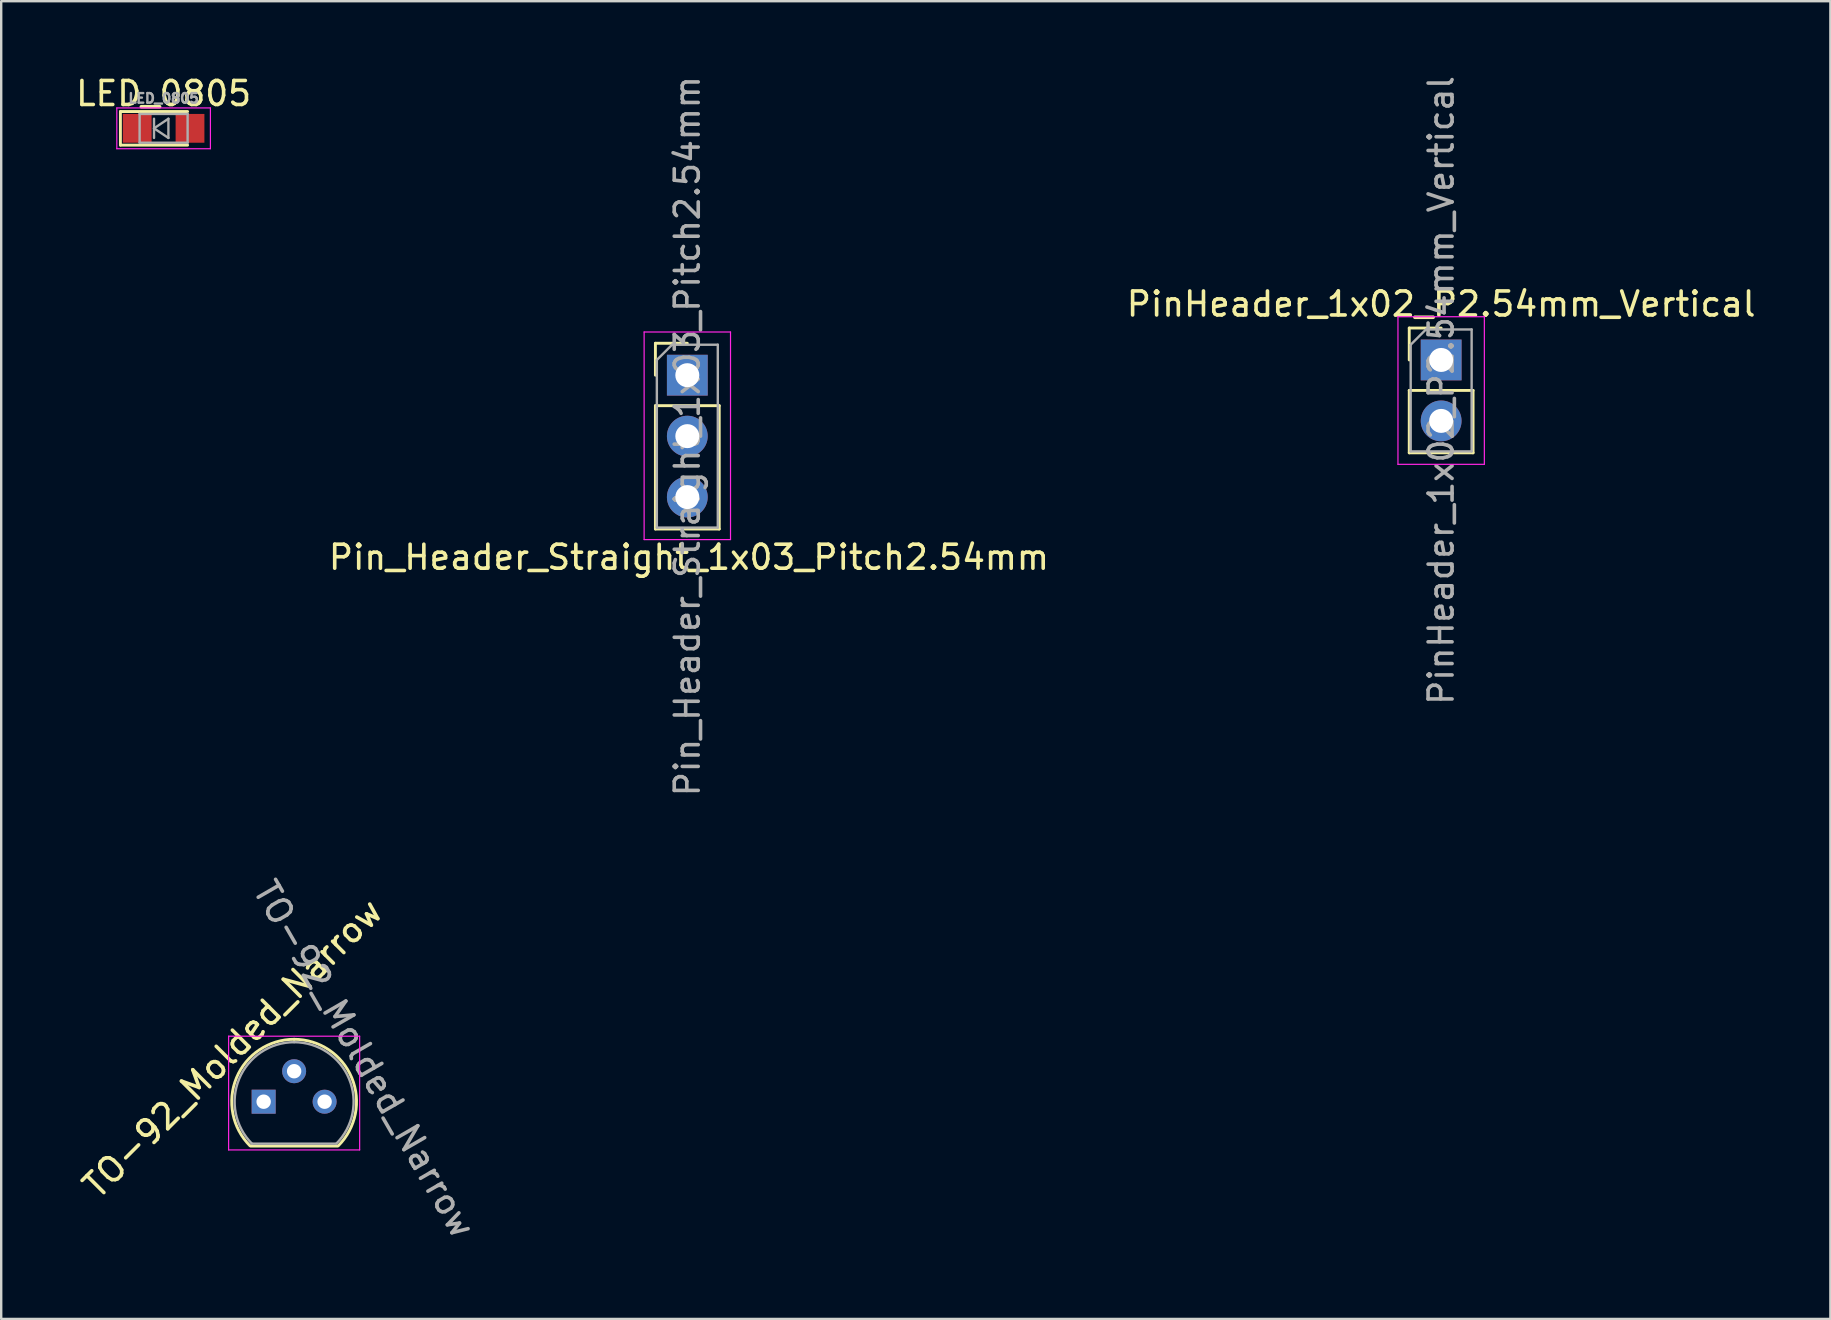
<source format=kicad_pcb>
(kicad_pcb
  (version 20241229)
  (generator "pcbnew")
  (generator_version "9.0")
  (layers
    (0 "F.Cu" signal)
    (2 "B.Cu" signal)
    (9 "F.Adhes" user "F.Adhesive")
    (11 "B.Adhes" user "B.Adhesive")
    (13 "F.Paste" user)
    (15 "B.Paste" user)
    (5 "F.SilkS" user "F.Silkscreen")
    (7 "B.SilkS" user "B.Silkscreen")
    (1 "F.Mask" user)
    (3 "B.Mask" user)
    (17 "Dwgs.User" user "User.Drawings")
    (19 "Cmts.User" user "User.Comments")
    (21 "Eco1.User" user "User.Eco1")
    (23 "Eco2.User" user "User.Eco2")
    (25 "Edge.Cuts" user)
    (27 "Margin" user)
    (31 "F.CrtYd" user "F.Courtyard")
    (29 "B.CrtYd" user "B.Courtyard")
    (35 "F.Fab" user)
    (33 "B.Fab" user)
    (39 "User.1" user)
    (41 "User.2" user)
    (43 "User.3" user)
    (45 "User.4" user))
  (footprint "PinHeader_1x02_P2.54mm_Vertical"
    (layer "F.Cu")
    (at 57.006 11.95)
    (property "Reference" "PinHeader_1x02_P2.54mm_Vertical" (at 0 -2.33 0) (layer "F.SilkS") (effects (font (size 1 1) (thickness 0.15))))
    (attr through_hole)
    (fp_line (start -1.33 -1.33) (end 0 -1.33) (stroke (width 0.12) (type solid)) (layer "F.SilkS"))
    (fp_line (start -1.33 0) (end -1.33 -1.33) (stroke (width 0.12) (type solid)) (layer "F.SilkS"))
    (fp_line (start -1.33 1.27) (end -1.33 3.87) (stroke (width 0.12) (type solid)) (layer "F.SilkS"))
    (fp_line (start -1.33 1.27) (end 1.33 1.27) (stroke (width 0.12) (type solid)) (layer "F.SilkS"))
    (fp_line (start -1.33 3.87) (end 1.33 3.87) (stroke (width 0.12) (type solid)) (layer "F.SilkS"))
    (fp_line (start 1.33 1.27) (end 1.33 3.87) (stroke (width 0.12) (type solid)) (layer "F.SilkS"))
    (fp_line (start -1.8 -1.8) (end -1.8 4.35) (stroke (width 0.05) (type solid)) (layer "F.CrtYd"))
    (fp_line (start -1.8 4.35) (end 1.8 4.35) (stroke (width 0.05) (type solid)) (layer "F.CrtYd"))
    (fp_line (start 1.8 -1.8) (end -1.8 -1.8) (stroke (width 0.05) (type solid)) (layer "F.CrtYd"))
    (fp_line (start 1.8 4.35) (end 1.8 -1.8) (stroke (width 0.05) (type solid)) (layer "F.CrtYd"))
    (fp_line (start -1.27 -0.635) (end -0.635 -1.27) (stroke (width 0.1) (type solid)) (layer "F.Fab"))
    (fp_line (start -1.27 3.81) (end -1.27 -0.635) (stroke (width 0.1) (type solid)) (layer "F.Fab"))
    (fp_line (start -0.635 -1.27) (end 1.27 -1.27) (stroke (width 0.1) (type solid)) (layer "F.Fab"))
    (fp_line (start 1.27 -1.27) (end 1.27 3.81) (stroke (width 0.1) (type solid)) (layer "F.Fab"))
    (fp_line (start 1.27 3.81) (end -1.27 3.81) (stroke (width 0.1) (type solid)) (layer "F.Fab"))
    (fp_text user "${REFERENCE}" (at 0 1.27 90) (layer "F.Fab") (effects (font (size 1 1) (thickness 0.15))))
    (pad "1" thru_hole rect (at 0 0) (size 1.7 1.7) (drill 1) (layers "*.Cu" "*.Mask"))
    (pad "2" thru_hole oval (at 0 2.54) (size 1.7 1.7) (drill 1) (layers "*.Cu" "*.Mask")))
  (footprint "TO-92_Molded_Narrow"
    (layer "F.Cu")
    (at 7.937 42.86)
    (property "Reference" "TO-92_Molded_Narrow" (at -1.289 -2.226 45) (layer "F.SilkS") (effects (font (size 1 1) (thickness 0.15))))
    (attr through_hole)
    (fp_line (start -0.53 1.85) (end 3.07 1.85) (stroke (width 0.12) (type solid)) (layer "F.SilkS"))
    (fp_arc (start -0.568478 1.838478) (mid -1.132087 -0.994977) (end 1.27 -2.6) (stroke (width 0.12) (type solid)) (layer "F.SilkS"))
    (fp_arc (start 1.27 -2.6) (mid 3.672087 -0.994977) (end 3.108478 1.838478) (stroke (width 0.12) (type solid)) (layer "F.SilkS"))
    (fp_line (start -1.46 -2.73) (end -1.46 2.01) (stroke (width 0.05) (type solid)) (layer "F.CrtYd"))
    (fp_line (start -1.46 -2.73) (end 4 -2.73) (stroke (width 0.05) (type solid)) (layer "F.CrtYd"))
    (fp_line (start 4 2.01) (end -1.46 2.01) (stroke (width 0.05) (type solid)) (layer "F.CrtYd"))
    (fp_line (start 4 2.01) (end 4 -2.73) (stroke (width 0.05) (type solid)) (layer "F.CrtYd"))
    (fp_line (start -0.5 1.75) (end 3 1.75) (stroke (width 0.1) (type solid)) (layer "F.Fab"))
    (fp_arc (start -0.483625 1.753625) (mid -1.021221 -0.949055) (end 1.27 -2.48) (stroke (width 0.1) (type solid)) (layer "F.Fab"))
    (fp_arc (start 1.27 -2.48) (mid 3.561221 -0.949055) (end 3.023625 1.753625) (stroke (width 0.1) (type solid)) (layer "F.Fab"))
    (fp_text user "${REFERENCE}" (at 4.191 -1.778 300) (layer "F.Fab") (effects (font (size 1 1) (thickness 0.15))))
    (pad "1" thru_hole rect (at 0 0 90) (size 1 1) (drill 0.6) (layers "*.Cu" "*.Mask"))
    (pad "2" thru_hole circle (at 1.27 -1.27 90) (size 1 1) (drill 0.6) (layers "*.Cu" "*.Mask"))
    (pad "3" thru_hole circle (at 2.54 0 90) (size 1 1) (drill 0.6) (layers "*.Cu" "*.Mask")))
  (footprint "Pin_Header_Straight_1x03_Pitch2.54mm"
    (layer "F.Cu")
    (at 25.592 12.585)
    (property "Reference" "Pin_Header_Straight_1x03_Pitch2.54mm" (at 0.068 7.588 180) (layer "F.SilkS") (effects (font (size 1 1) (thickness 0.15))))
    (attr through_hole)
    (fp_line (start -1.33 1.27) (end -1.33 6.41) (stroke (width 0.12) (type solid)) (layer "F.SilkS"))
    (fp_line (start -1.33 1.27) (end 1.33 1.27) (stroke (width 0.12) (type solid)) (layer "F.SilkS"))
    (fp_line (start -1.33 -1.33) (end 0 -1.33) (stroke (width 0.12) (type solid)) (layer "F.SilkS"))
    (fp_line (start -1.33 0) (end -1.33 -1.33) (stroke (width 0.12) (type solid)) (layer "F.SilkS"))
    (fp_line (start -1.33 6.41) (end 1.33 6.41) (stroke (width 0.12) (type solid)) (layer "F.SilkS"))
    (fp_line (start 1.33 1.27) (end 1.33 6.41) (stroke (width 0.12) (type solid)) (layer "F.SilkS"))
    (fp_line (start -1.8 -1.8) (end -1.8 6.85) (stroke (width 0.05) (type solid)) (layer "F.CrtYd"))
    (fp_line (start -1.8 6.85) (end 1.8 6.85) (stroke (width 0.05) (type solid)) (layer "F.CrtYd"))
    (fp_line (start 1.8 -1.8) (end -1.8 -1.8) (stroke (width 0.05) (type solid)) (layer "F.CrtYd"))
    (fp_line (start 1.8 6.85) (end 1.8 -1.8) (stroke (width 0.05) (type solid)) (layer "F.CrtYd"))
    (fp_line (start -1.27 -0.635) (end -0.635 -1.27) (stroke (width 0.1) (type solid)) (layer "F.Fab"))
    (fp_line (start -1.27 6.35) (end -1.27 -0.635) (stroke (width 0.1) (type solid)) (layer "F.Fab"))
    (fp_line (start -0.635 -1.27) (end 1.27 -1.27) (stroke (width 0.1) (type solid)) (layer "F.Fab"))
    (fp_line (start 1.27 -1.27) (end 1.27 6.35) (stroke (width 0.1) (type solid)) (layer "F.Fab"))
    (fp_line (start 1.27 6.35) (end -1.27 6.35) (stroke (width 0.1) (type solid)) (layer "F.Fab"))
    (fp_text user "${REFERENCE}" (at 0 2.54 90) (layer "F.Fab") (effects (font (size 1 1) (thickness 0.15))))
    (pad "1" thru_hole rect (at 0 0) (size 1.7 1.7) (drill 1) (layers "*.Cu" "*.Mask"))
    (pad "2" thru_hole oval (at 0 2.54) (size 1.7 1.7) (drill 1) (layers "*.Cu" "*.Mask"))
    (pad "3" thru_hole oval (at 0 5.08) (size 1.7 1.7) (drill 1) (layers "*.Cu" "*.Mask")))
  (footprint "LED_0805"
    (layer "F.Cu")
    (at 3.768 2.298)
    (property "Reference" "LED_0805" (at 0 -1.45 0) (layer "F.SilkS") (effects (font (size 1 1) (thickness 0.15))))
    (attr smd)
    (fp_line (start -1.8 -0.7) (end -1.8 0.7) (stroke (width 0.12) (type solid)) (layer "F.SilkS"))
    (fp_line (start -1.8 -0.7) (end 1 -0.7) (stroke (width 0.12) (type solid)) (layer "F.SilkS"))
    (fp_line (start -1.8 0.7) (end 1 0.7) (stroke (width 0.12) (type solid)) (layer "F.SilkS"))
    (fp_line (start -1.95 0.85) (end -1.95 -0.85) (stroke (width 0.05) (type solid)) (layer "F.CrtYd"))
    (fp_line (start -1.95 -0.85) (end 1.95 -0.85) (stroke (width 0.05) (type solid)) (layer "F.CrtYd"))
    (fp_line (start 1.95 0.85) (end -1.95 0.85) (stroke (width 0.05) (type solid)) (layer "F.CrtYd"))
    (fp_line (start 1.95 -0.85) (end 1.95 0.85) (stroke (width 0.05) (type solid)) (layer "F.CrtYd"))
    (fp_line (start -1 -0.6) (end 1 -0.6) (stroke (width 0.1) (type solid)) (layer "F.Fab"))
    (fp_line (start -1 0.6) (end -1 -0.6) (stroke (width 0.1) (type solid)) (layer "F.Fab"))
    (fp_line (start -0.4 -0.4) (end -0.4 0.4) (stroke (width 0.1) (type solid)) (layer "F.Fab"))
    (fp_line (start -0.4 0) (end 0.2 -0.4) (stroke (width 0.1) (type solid)) (layer "F.Fab"))
    (fp_line (start 0.2 -0.4) (end 0.2 0.4) (stroke (width 0.1) (type solid)) (layer "F.Fab"))
    (fp_line (start 0.2 0.4) (end -0.4 0) (stroke (width 0.1) (type solid)) (layer "F.Fab"))
    (fp_line (start 1 -0.6) (end 1 0.6) (stroke (width 0.1) (type solid)) (layer "F.Fab"))
    (fp_line (start 1 0.6) (end -1 0.6) (stroke (width 0.1) (type solid)) (layer "F.Fab"))
    (fp_text user "${REFERENCE}" (at 0 -1.25 0) (layer "F.Fab") (effects (font (size 0.4 0.4) (thickness 0.1))))
    (pad "1" smd rect (at -1.1 0 180) (size 1.2 1.2) (layers "F.Cu" "F.Mask" "F.Paste"))
    (pad "2" smd rect (at 1.1 0 180) (size 1.2 1.2) (layers "F.Cu" "F.Mask" "F.Paste")))
  (gr_rect
    (start -3 -3)
    (end 73.226 51.913)
    (stroke (width 0.1) (type default))
    (fill no)
    (layer "Edge.Cuts")))
</source>
